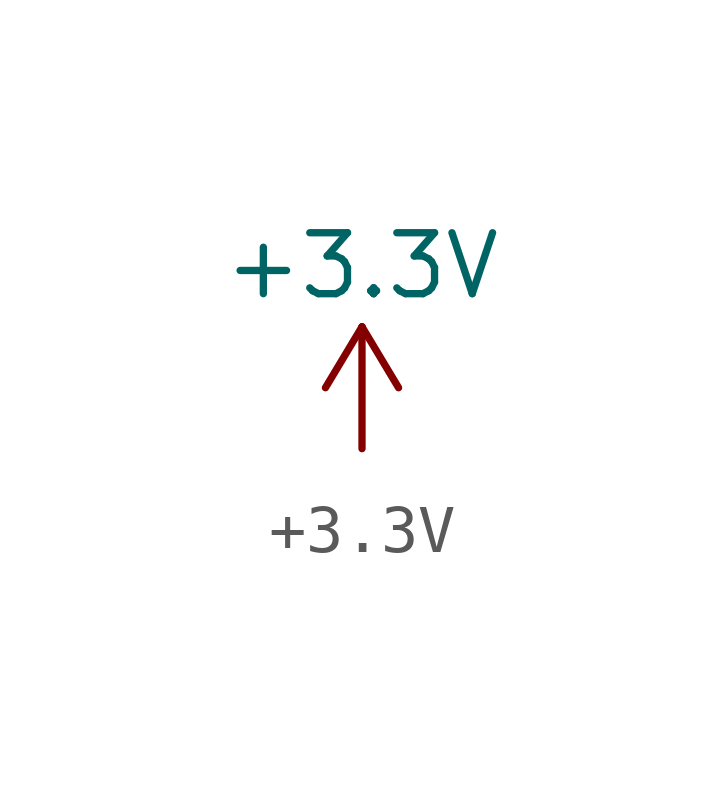
<source format=kicad_sym>
(kicad_symbol_lib
  (version 20211014)
  (generator kicad_symbol_editor)
  (symbol "+3.3V"
    (power)
    (pin_names
      (offset 0))
    (property "Reference" "#PWR"
      (at 0 -1.27 0)
      (effects (font (size 1.27 1.27)) hide))
    (property "Value" "+3.3V"
      (at 0 3.81 0)
      (effects (font (size 1.27 1.27))))
    (symbol "+3.3V_1_1"
      (polyline (pts (xy -0.762 1.27) (xy 0 2.54)) (stroke (width 0) (type default) (color 0 0 0 0)) (fill (type none)))
      (polyline (pts (xy 0 0) (xy 0 2.54)) (stroke (width 0) (type default) (color 0 0 0 0)) (fill (type none)))
      (polyline (pts (xy 0 2.54) (xy 0.762 1.27)) (stroke (width 0) (type default) (color 0 0 0 0)) (fill (type none)))
      (pin power_in line (at 0 0 90) (length 0) hide (name "+3.3V" (effects (font (size 1.27 1.27)))) (number "1" (effects (font (size 1.27 1.27))))))))
</source>
